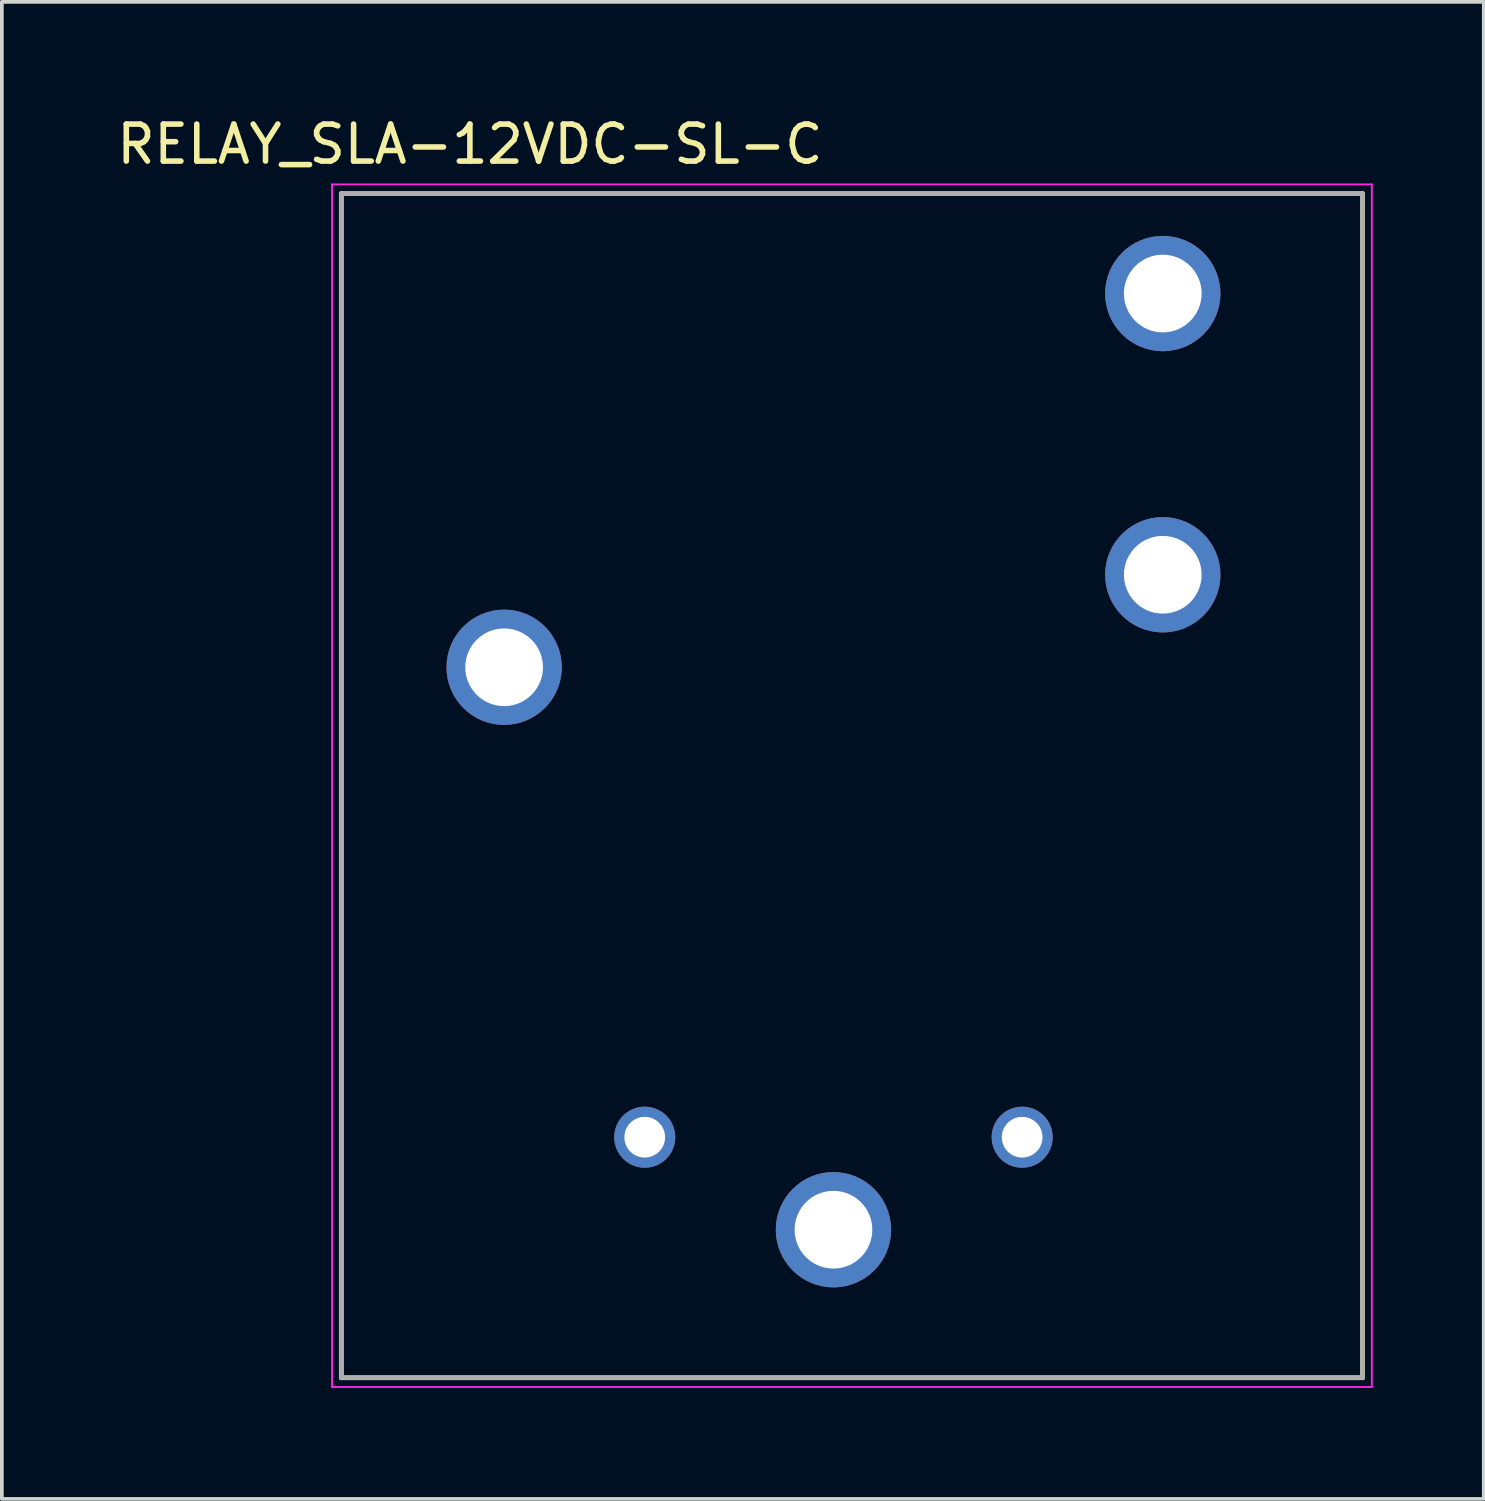
<source format=kicad_pcb>
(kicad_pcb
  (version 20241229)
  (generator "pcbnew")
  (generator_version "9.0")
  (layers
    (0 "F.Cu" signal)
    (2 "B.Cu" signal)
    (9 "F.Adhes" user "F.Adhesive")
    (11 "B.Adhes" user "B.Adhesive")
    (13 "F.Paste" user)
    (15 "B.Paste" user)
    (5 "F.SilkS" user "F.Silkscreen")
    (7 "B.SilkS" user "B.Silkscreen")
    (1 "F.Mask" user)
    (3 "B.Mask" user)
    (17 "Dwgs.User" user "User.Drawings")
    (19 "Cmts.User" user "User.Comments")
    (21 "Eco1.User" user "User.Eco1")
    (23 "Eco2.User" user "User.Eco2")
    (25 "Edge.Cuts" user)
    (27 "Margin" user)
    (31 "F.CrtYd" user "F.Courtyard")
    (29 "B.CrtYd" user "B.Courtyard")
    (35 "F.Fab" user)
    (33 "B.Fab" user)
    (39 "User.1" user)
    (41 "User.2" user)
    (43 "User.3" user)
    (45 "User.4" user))
  (footprint "RELAY_SLA-12VDC-SL-C"
    (layer "F.Cu")
    (at 19.474 12.483)
    (property "Reference" "RELAY_SLA-12VDC-SL-C" (at -9.825 -11.635 0) (layer "F.SilkS") (effects (font (size 1 1) (thickness 0.15))))
    (attr through_hole)
    (fp_line (start -13.3 -10.3) (end 14.3 -10.3) (stroke (width 0.127) (type solid)) (layer "F.SilkS"))
    (fp_line (start -13.3 21.7) (end -13.3 -10.3) (stroke (width 0.127) (type solid)) (layer "F.SilkS"))
    (fp_line (start 14.3 -10.3) (end 14.3 21.7) (stroke (width 0.127) (type solid)) (layer "F.SilkS"))
    (fp_line (start 14.3 21.7) (end -13.3 21.7) (stroke (width 0.127) (type solid)) (layer "F.SilkS"))
    (fp_line (start -13.55 -10.55) (end 14.55 -10.55) (stroke (width 0.05) (type solid)) (layer "F.CrtYd"))
    (fp_line (start -13.55 21.95) (end -13.55 -10.55) (stroke (width 0.05) (type solid)) (layer "F.CrtYd"))
    (fp_line (start 14.55 -10.55) (end 14.55 21.95) (stroke (width 0.05) (type solid)) (layer "F.CrtYd"))
    (fp_line (start 14.55 21.95) (end -13.55 21.95) (stroke (width 0.05) (type solid)) (layer "F.CrtYd"))
    (fp_line (start -13.3 -10.3) (end 14.3 -10.3) (stroke (width 0.127) (type solid)) (layer "F.Fab"))
    (fp_line (start -13.3 21.7) (end -13.3 -10.3) (stroke (width 0.127) (type solid)) (layer "F.Fab"))
    (fp_line (start 14.3 -10.3) (end 14.3 21.7) (stroke (width 0.127) (type solid)) (layer "F.Fab"))
    (fp_line (start 14.3 21.7) (end -13.3 21.7) (stroke (width 0.127) (type solid)) (layer "F.Fab"))
    (pad "C1" thru_hole circle (at -5.1 15.2) (size 1.65 1.65) (drill 1.1) (layers "*.Cu" "*.Mask"))
    (pad "C2" thru_hole circle (at 5.1 15.2) (size 1.65 1.65) (drill 1.1) (layers "*.Cu" "*.Mask"))
    (pad "COM1" thru_hole circle (at 0 17.7) (size 3.116 3.116) (drill 2.1) (layers "*.Cu" "*.Mask"))
    (pad "COM2" thru_hole circle (at -8.9 2.5) (size 3.116 3.116) (drill 2.1) (layers "*.Cu" "*.Mask"))
    (pad "NC" thru_hole circle (at 8.9 -7.6) (size 3.116 3.116) (drill 2.1) (layers "*.Cu" "*.Mask"))
    (pad "NO" thru_hole circle (at 8.9 0) (size 3.116 3.116) (drill 2.1) (layers "*.Cu" "*.Mask")))
  (gr_rect
    (start -3 -3)
    (end 37.049 37.458)
    (stroke (width 0.1) (type default))
    (fill no)
    (layer "Edge.Cuts")))
</source>
